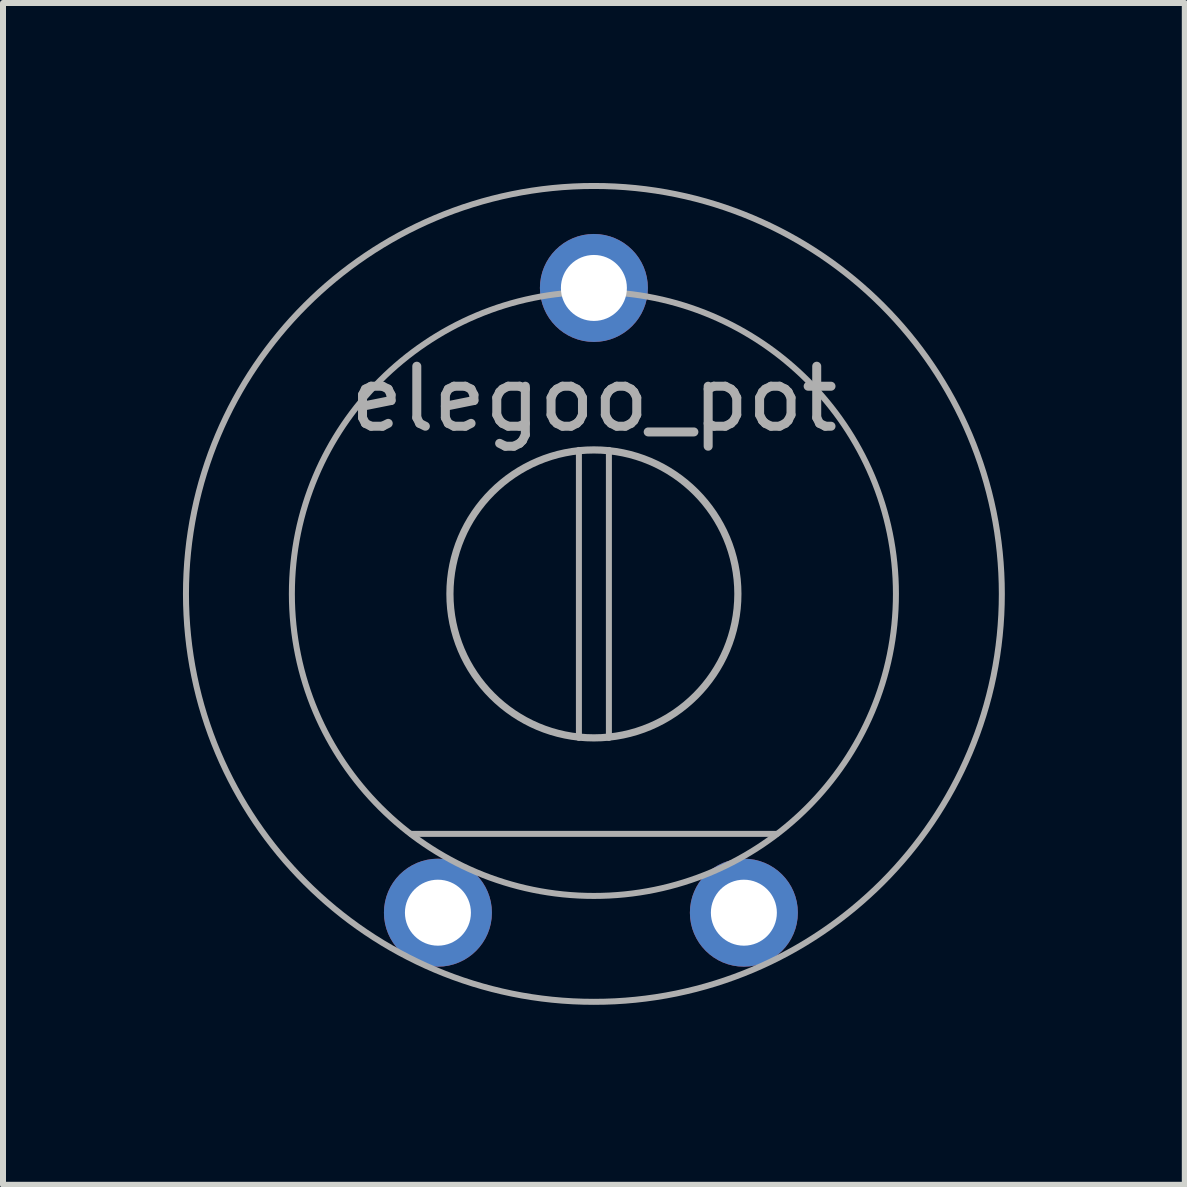
<source format=kicad_pcb>
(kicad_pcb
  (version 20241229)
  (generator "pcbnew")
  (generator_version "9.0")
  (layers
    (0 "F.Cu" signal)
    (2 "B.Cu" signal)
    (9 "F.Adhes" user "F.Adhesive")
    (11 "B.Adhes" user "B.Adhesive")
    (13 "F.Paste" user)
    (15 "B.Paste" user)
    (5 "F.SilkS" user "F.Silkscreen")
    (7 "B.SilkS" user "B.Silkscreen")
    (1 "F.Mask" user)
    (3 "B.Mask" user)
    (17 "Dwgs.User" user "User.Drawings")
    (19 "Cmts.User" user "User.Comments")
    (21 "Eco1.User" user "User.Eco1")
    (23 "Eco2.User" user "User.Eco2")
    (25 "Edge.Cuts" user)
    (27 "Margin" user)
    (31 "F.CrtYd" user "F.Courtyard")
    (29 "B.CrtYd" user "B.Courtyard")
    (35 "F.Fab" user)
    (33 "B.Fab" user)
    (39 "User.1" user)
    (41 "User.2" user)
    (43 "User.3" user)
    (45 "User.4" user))
  (footprint "elegoo_pot"
    (layer "F.Cu")
    (at 6.85 6.85)
    (property "Reference" "elegoo_pot" (at 0 -3.25 0) (unlocked yes) (layer "F.Fab") (effects (font (size 1 1) (thickness 0.15))))
    (attr through_hole)
    (fp_line (start -0.25 2.4) (end -0.25 -2.4) (stroke (width 0.1) (type solid)) (layer "F.Fab"))
    (fp_line (start 0.25 2.4) (end 0.25 -2.4) (stroke (width 0.1) (type solid)) (layer "F.Fab"))
    (fp_line (start 3.05 4) (end -3.05 4) (stroke (width 0.1) (type solid)) (layer "F.Fab"))
    (fp_circle (center 0 0) (end 2.4 0) (stroke (width 0.12) (type solid)) (fill no) (layer "F.Fab"))
    (fp_circle (center 0 0) (end 3.56 3.56) (stroke (width 0.1) (type solid)) (fill no) (layer "F.Fab"))
    (fp_circle (center 0 0) (end 6.8 0) (stroke (width 0.1) (type solid)) (fill no) (layer "F.Fab"))
    (pad "1" thru_hole circle (at 2.5 5.314) (size 1.8 1.8) (drill 1.1) (layers "*.Cu" "*.Mask"))
    (pad "2" thru_hole circle (at 0 -5.1) (size 1.8 1.8) (drill 1.1) (layers "*.Cu" "*.Mask"))
    (pad "3" thru_hole circle (at -2.6 5.314) (size 1.8 1.8) (drill 1.1) (layers "*.Cu" "*.Mask")))
  (gr_rect
    (start -3 -3)
    (end 16.7 16.7)
    (stroke (width 0.1) (type default))
    (fill no)
    (layer "Edge.Cuts")))
</source>
